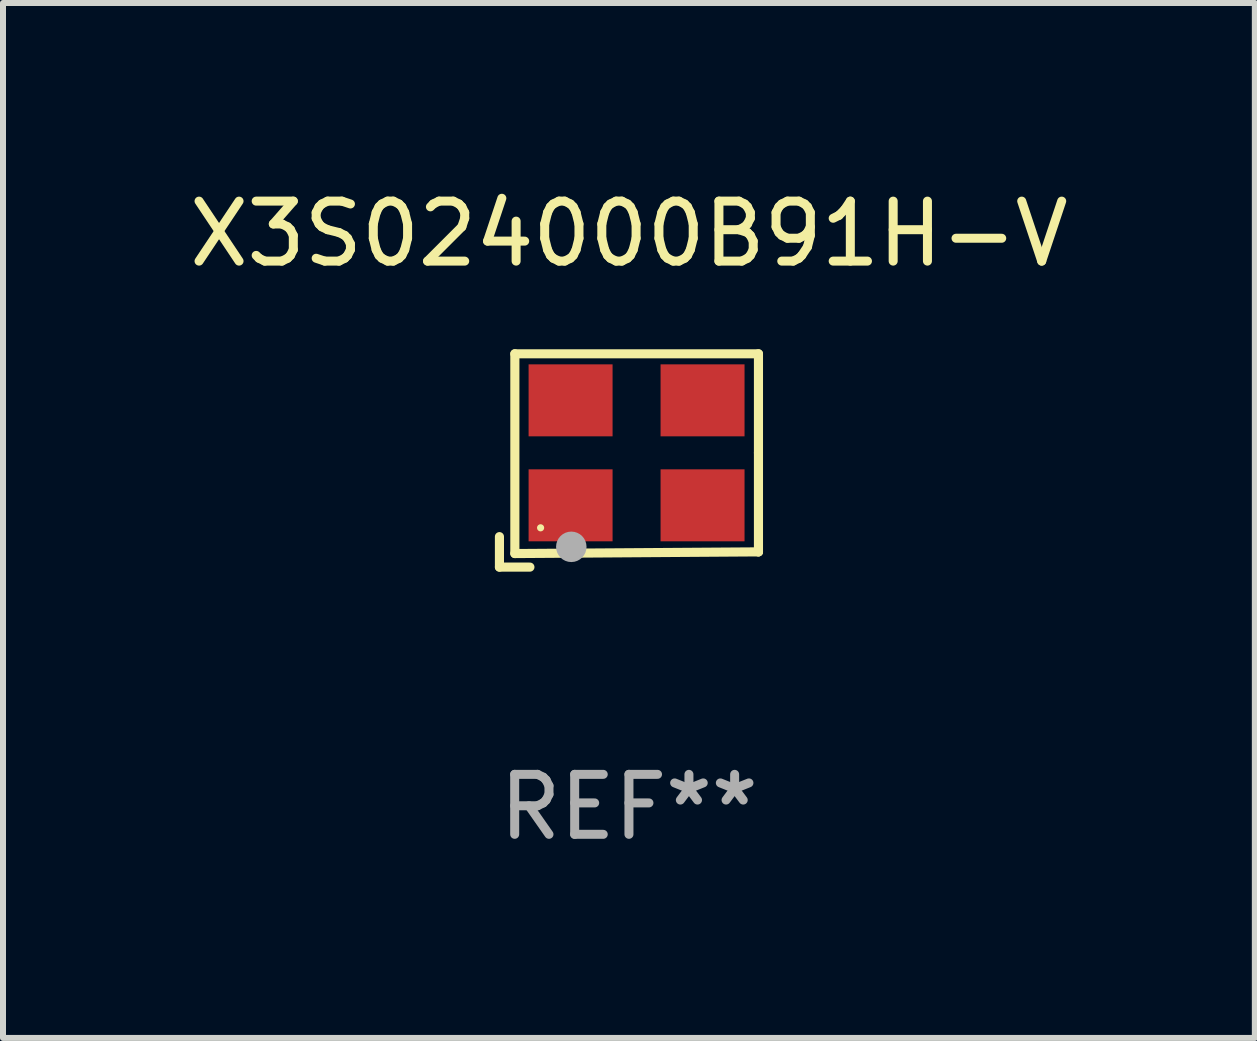
<source format=kicad_pcb>
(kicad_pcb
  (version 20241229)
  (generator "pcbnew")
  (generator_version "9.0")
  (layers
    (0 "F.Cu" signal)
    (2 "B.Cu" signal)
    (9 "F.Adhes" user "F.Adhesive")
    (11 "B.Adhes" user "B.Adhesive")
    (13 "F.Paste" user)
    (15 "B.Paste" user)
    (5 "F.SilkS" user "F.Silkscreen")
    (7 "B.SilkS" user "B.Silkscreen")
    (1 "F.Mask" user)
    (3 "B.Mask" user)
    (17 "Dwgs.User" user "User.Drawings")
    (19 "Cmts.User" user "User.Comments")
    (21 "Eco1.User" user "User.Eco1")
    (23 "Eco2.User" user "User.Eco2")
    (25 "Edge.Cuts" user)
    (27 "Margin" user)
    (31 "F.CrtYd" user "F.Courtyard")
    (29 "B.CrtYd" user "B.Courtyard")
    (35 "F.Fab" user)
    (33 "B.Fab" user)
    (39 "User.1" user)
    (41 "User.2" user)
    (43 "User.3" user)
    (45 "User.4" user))
  (footprint "X3S024000B91H-V"
    (layer "F.Cu")
    (at 7.435 4.626)
    (property "Reference" "X3S024000B91H-V" (at 0 -3.778 0) (layer "F.SilkS") (effects (font (size 1 1) (thickness 0.15))))
    (attr through_hole)
    (fp_line (start -2.159 1.27) (end -2.159 1.778) (stroke (width 0.152) (type solid)) (layer "F.SilkS"))
    (fp_line (start -2.159 1.778) (end -1.651 1.778) (stroke (width 0.152) (type solid)) (layer "F.SilkS"))
    (fp_line (start -1.902 -1.778) (end 2.159 -1.778) (stroke (width 0.152) (type solid)) (layer "F.SilkS"))
    (fp_line (start -1.902 1.552) (end -1.902 -1.778) (stroke (width 0.152) (type solid)) (layer "F.SilkS"))
    (fp_line (start 2.159 -1.778) (end 2.159 -0.127) (stroke (width 0.152) (type solid)) (layer "F.SilkS"))
    (fp_line (start 2.159 -0.127) (end 2.159 1.524) (stroke (width 0.152) (type solid)) (layer "F.SilkS"))
    (fp_line (start 2.159 1.524) (end -1.902 1.552) (stroke (width 0.152) (type solid)) (layer "F.SilkS"))
    (fp_line (start 2.159 1.524) (end 2.159 1.524) (stroke (width 0.152) (type solid)) (layer "F.SilkS"))
    (fp_circle (center -1.473 1.123) (end -1.443 1.123) (stroke (width 0.06) (type solid)) (fill no) (layer "F.SilkS"))
    (fp_circle (center -0.961 1.44) (end -0.834 1.44) (stroke (width 0.254) (type solid)) (fill no) (layer "F.Fab"))
    (fp_text user "REF**" (at 0 5.778 0) (layer "F.Fab") (effects (font (size 1 1) (thickness 0.15))))
    (pad "1" smd rect (at -0.973 0.748) (size 1.4 1.2) (layers "F.Cu" "F.Mask" "F.Paste"))
    (pad "2" smd rect (at 1.227 0.748) (size 1.4 1.2) (layers "F.Cu" "F.Mask" "F.Paste"))
    (pad "3" smd rect (at 1.227 -1.002) (size 1.4 1.2) (layers "F.Cu" "F.Mask" "F.Paste"))
    (pad "4" smd rect (at -0.973 -1.002) (size 1.4 1.2) (layers "F.Cu" "F.Mask" "F.Paste")))
  (gr_rect
    (start -3 -3)
    (end 17.869 14.253)
    (stroke (width 0.1) (type default))
    (fill no)
    (layer "Edge.Cuts")))
</source>
